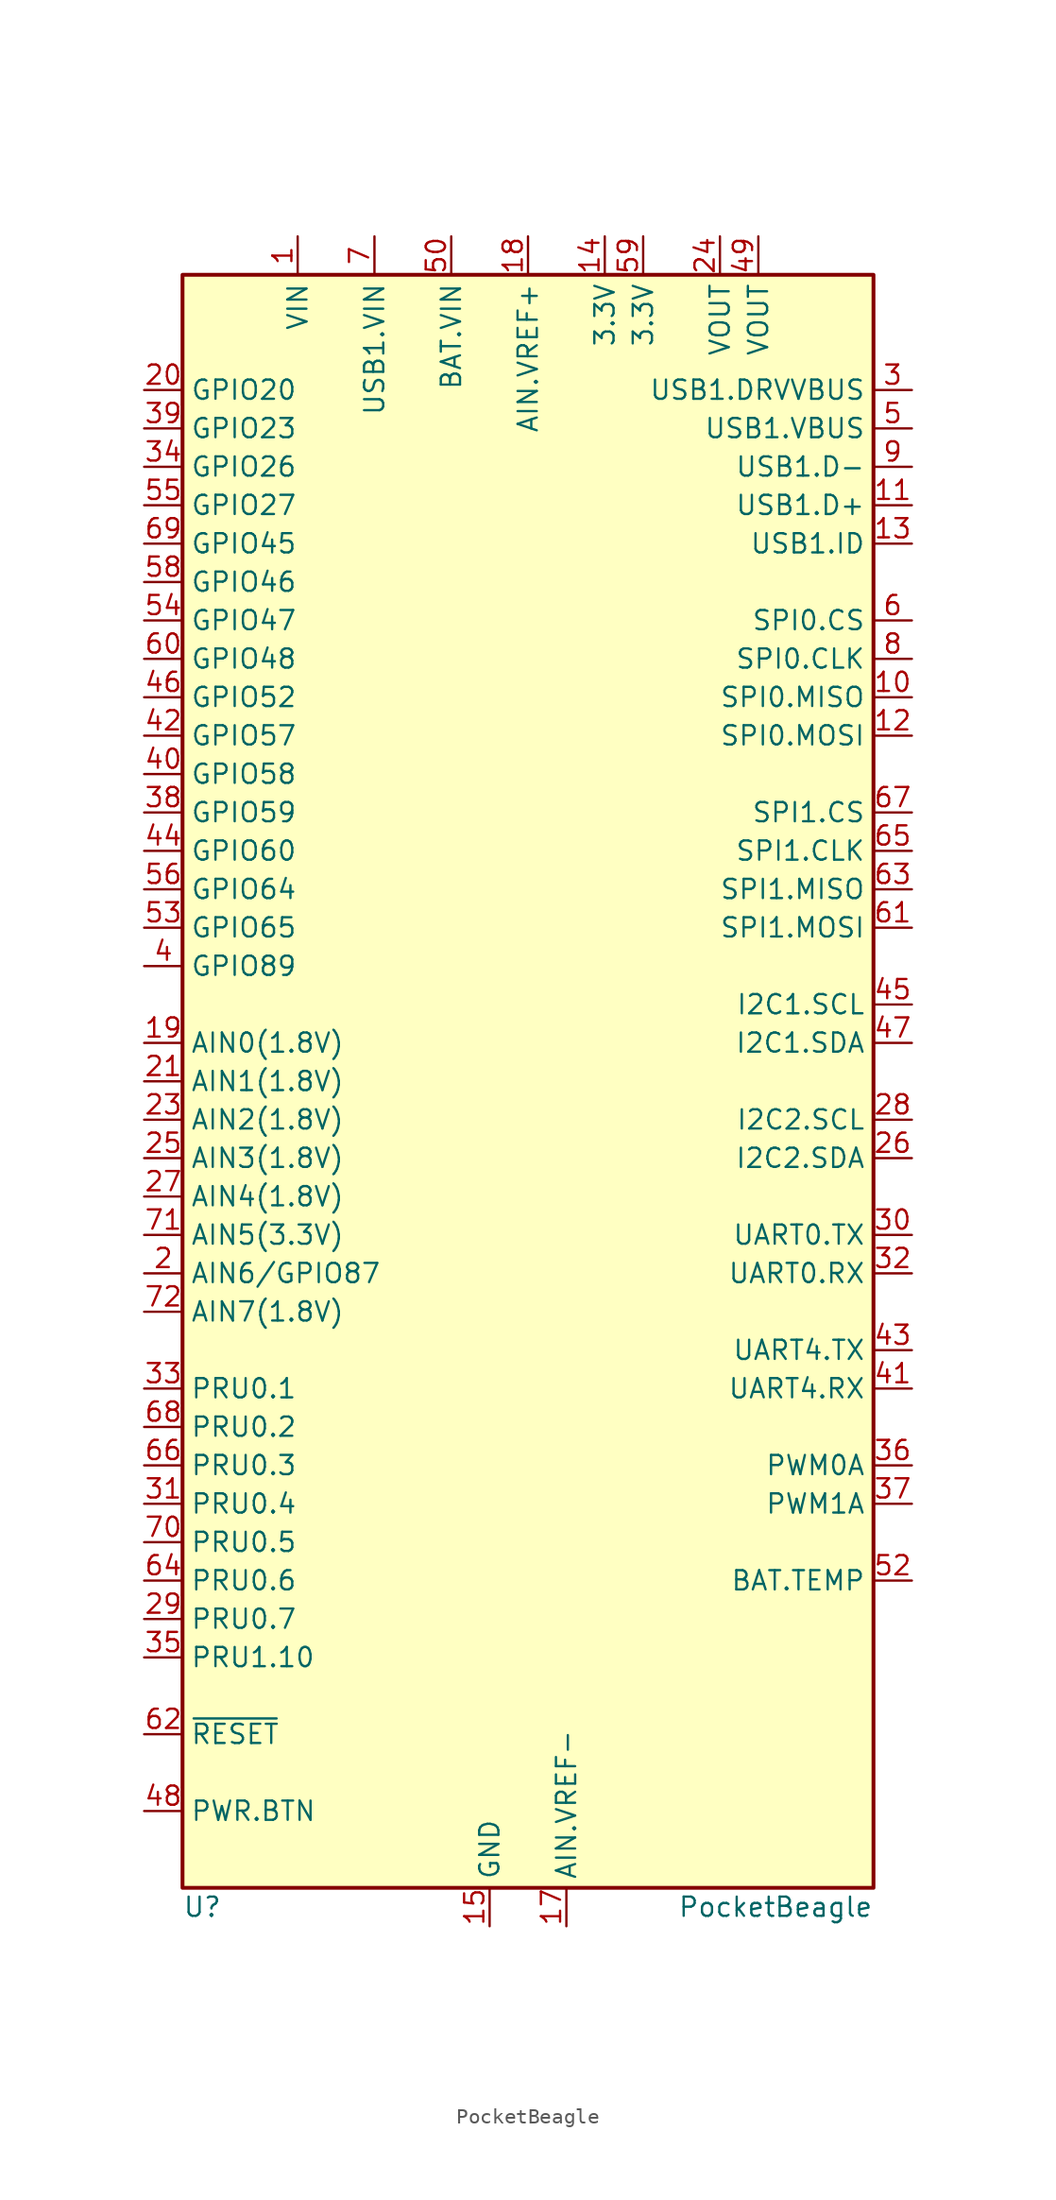
<source format=kicad_sym>
(kicad_symbol_lib
  (version 20220914)
  (generator kicad_symbol_editor)
  (symbol "PocketBeagle"
    (property "Reference" "U"
      (at -22.86 -54.61 0)
      (effects (font (size 1.27 1.27)) (justify left)))
    (property "Value" "PocketBeagle"
      (at 22.86 -54.61 0)
      (effects (font (size 1.27 1.27)) (justify right)))
    (symbol "PocketBeagle_0_1"
      (rectangle (start -22.86 53.34) (end 22.86 -53.34) (stroke (width 0.254) (type default)) (fill (type background))))
    (symbol "PocketBeagle_1_1"
      (pin power_in line (at -15.24 55.88 270) (length 2.54) (name "VIN" (effects (font (size 1.27 1.27)))) (number "1" (effects (font (size 1.27 1.27)))))
      (pin bidirectional line (at 25.4 25.4 180) (length 2.54) (name "SPI0.MISO" (effects (font (size 1.27 1.27)))) (number "10" (effects (font (size 1.27 1.27)))))
      (pin bidirectional line (at 25.4 38.1 180) (length 2.54) (name "USB1.D+" (effects (font (size 1.27 1.27)))) (number "11" (effects (font (size 1.27 1.27)))))
      (pin bidirectional line (at 25.4 22.86 180) (length 2.54) (name "SPI0.MOSI" (effects (font (size 1.27 1.27)))) (number "12" (effects (font (size 1.27 1.27)))))
      (pin input line (at 25.4 35.56 180) (length 2.54) (name "USB1.ID" (effects (font (size 1.27 1.27)))) (number "13" (effects (font (size 1.27 1.27)))))
      (pin power_out line (at 5.08 55.88 270) (length 2.54) (name "3.3V" (effects (font (size 1.27 1.27)))) (number "14" (effects (font (size 1.27 1.27)))))
      (pin power_in line (at -2.54 -55.88 90) (length 2.54) (name "GND" (effects (font (size 1.27 1.27)))) (number "15" (effects (font (size 1.27 1.27)))))
      (pin passive line (at -2.54 -55.88 90) (length 2.54) hide (name "GND" (effects (font (size 1.27 1.27)))) (number "16" (effects (font (size 1.27 1.27)))))
      (pin power_in line (at 2.54 -55.88 90) (length 2.54) (name "AIN.VREF-" (effects (font (size 1.27 1.27)))) (number "17" (effects (font (size 1.27 1.27)))))
      (pin power_in line (at 0 55.88 270) (length 2.54) (name "AIN.VREF+" (effects (font (size 1.27 1.27)))) (number "18" (effects (font (size 1.27 1.27)))))
      (pin input line (at -25.4 2.54 0) (length 2.54) (name "AIN0(1.8V)" (effects (font (size 1.27 1.27)))) (number "19" (effects (font (size 1.27 1.27)))))
      (pin bidirectional line (at -25.4 -12.7 0) (length 2.54) (name "AIN6/GPIO87" (effects (font (size 1.27 1.27)))) (number "2" (effects (font (size 1.27 1.27)))))
      (pin bidirectional line (at -25.4 45.72 0) (length 2.54) (name "GPIO20" (effects (font (size 1.27 1.27)))) (number "20" (effects (font (size 1.27 1.27)))))
      (pin input line (at -25.4 0 0) (length 2.54) (name "AIN1(1.8V)" (effects (font (size 1.27 1.27)))) (number "21" (effects (font (size 1.27 1.27)))))
      (pin passive line (at -2.54 -55.88 90) (length 2.54) hide (name "GND" (effects (font (size 1.27 1.27)))) (number "22" (effects (font (size 1.27 1.27)))))
      (pin input line (at -25.4 -2.54 0) (length 2.54) (name "AIN2(1.8V)" (effects (font (size 1.27 1.27)))) (number "23" (effects (font (size 1.27 1.27)))))
      (pin power_out line (at 12.7 55.88 270) (length 2.54) (name "VOUT" (effects (font (size 1.27 1.27)))) (number "24" (effects (font (size 1.27 1.27)))))
      (pin input line (at -25.4 -5.08 0) (length 2.54) (name "AIN3(1.8V)" (effects (font (size 1.27 1.27)))) (number "25" (effects (font (size 1.27 1.27)))))
      (pin bidirectional line (at 25.4 -5.08 180) (length 2.54) (name "I2C2.SDA" (effects (font (size 1.27 1.27)))) (number "26" (effects (font (size 1.27 1.27)))))
      (pin input line (at -25.4 -7.62 0) (length 2.54) (name "AIN4(1.8V)" (effects (font (size 1.27 1.27)))) (number "27" (effects (font (size 1.27 1.27)))))
      (pin bidirectional line (at 25.4 -2.54 180) (length 2.54) (name "I2C2.SCL" (effects (font (size 1.27 1.27)))) (number "28" (effects (font (size 1.27 1.27)))))
      (pin bidirectional line (at -25.4 -35.56 0) (length 2.54) (name "PRU0.7" (effects (font (size 1.27 1.27)))) (number "29" (effects (font (size 1.27 1.27)))))
      (pin output line (at 25.4 45.72 180) (length 2.54) (name "USB1.DRVVBUS" (effects (font (size 1.27 1.27)))) (number "3" (effects (font (size 1.27 1.27)))))
      (pin bidirectional line (at 25.4 -10.16 180) (length 2.54) (name "UART0.TX" (effects (font (size 1.27 1.27)))) (number "30" (effects (font (size 1.27 1.27)))))
      (pin bidirectional line (at -25.4 -27.94 0) (length 2.54) (name "PRU0.4" (effects (font (size 1.27 1.27)))) (number "31" (effects (font (size 1.27 1.27)))))
      (pin bidirectional line (at 25.4 -12.7 180) (length 2.54) (name "UART0.RX" (effects (font (size 1.27 1.27)))) (number "32" (effects (font (size 1.27 1.27)))))
      (pin bidirectional line (at -25.4 -20.32 0) (length 2.54) (name "PRU0.1" (effects (font (size 1.27 1.27)))) (number "33" (effects (font (size 1.27 1.27)))))
      (pin bidirectional line (at -25.4 40.64 0) (length 2.54) (name "GPIO26" (effects (font (size 1.27 1.27)))) (number "34" (effects (font (size 1.27 1.27)))))
      (pin bidirectional line (at -25.4 -38.1 0) (length 2.54) (name "PRU1.10" (effects (font (size 1.27 1.27)))) (number "35" (effects (font (size 1.27 1.27)))))
      (pin bidirectional line (at 25.4 -25.4 180) (length 2.54) (name "PWM0A" (effects (font (size 1.27 1.27)))) (number "36" (effects (font (size 1.27 1.27)))))
      (pin bidirectional line (at 25.4 -27.94 180) (length 2.54) (name "PWM1A" (effects (font (size 1.27 1.27)))) (number "37" (effects (font (size 1.27 1.27)))))
      (pin bidirectional line (at -25.4 17.78 0) (length 2.54) (name "GPIO59" (effects (font (size 1.27 1.27)))) (number "38" (effects (font (size 1.27 1.27)))))
      (pin bidirectional line (at -25.4 43.18 0) (length 2.54) (name "GPIO23" (effects (font (size 1.27 1.27)))) (number "39" (effects (font (size 1.27 1.27)))))
      (pin bidirectional line (at -25.4 7.62 0) (length 2.54) (name "GPIO89" (effects (font (size 1.27 1.27)))) (number "4" (effects (font (size 1.27 1.27)))))
      (pin bidirectional line (at -25.4 20.32 0) (length 2.54) (name "GPIO58" (effects (font (size 1.27 1.27)))) (number "40" (effects (font (size 1.27 1.27)))))
      (pin bidirectional line (at 25.4 -20.32 180) (length 2.54) (name "UART4.RX" (effects (font (size 1.27 1.27)))) (number "41" (effects (font (size 1.27 1.27)))))
      (pin bidirectional line (at -25.4 22.86 0) (length 2.54) (name "GPIO57" (effects (font (size 1.27 1.27)))) (number "42" (effects (font (size 1.27 1.27)))))
      (pin bidirectional line (at 25.4 -17.78 180) (length 2.54) (name "UART4.TX" (effects (font (size 1.27 1.27)))) (number "43" (effects (font (size 1.27 1.27)))))
      (pin bidirectional line (at -25.4 15.24 0) (length 2.54) (name "GPIO60" (effects (font (size 1.27 1.27)))) (number "44" (effects (font (size 1.27 1.27)))))
      (pin bidirectional line (at 25.4 5.08 180) (length 2.54) (name "I2C1.SCL" (effects (font (size 1.27 1.27)))) (number "45" (effects (font (size 1.27 1.27)))))
      (pin bidirectional line (at -25.4 25.4 0) (length 2.54) (name "GPIO52" (effects (font (size 1.27 1.27)))) (number "46" (effects (font (size 1.27 1.27)))))
      (pin bidirectional line (at 25.4 2.54 180) (length 2.54) (name "I2C1.SDA" (effects (font (size 1.27 1.27)))) (number "47" (effects (font (size 1.27 1.27)))))
      (pin input line (at -25.4 -48.26 0) (length 2.54) (name "PWR.BTN" (effects (font (size 1.27 1.27)))) (number "48" (effects (font (size 1.27 1.27)))))
      (pin power_out line (at 15.24 55.88 270) (length 2.54) (name "VOUT" (effects (font (size 1.27 1.27)))) (number "49" (effects (font (size 1.27 1.27)))))
      (pin input line (at 25.4 43.18 180) (length 2.54) (name "USB1.VBUS" (effects (font (size 1.27 1.27)))) (number "5" (effects (font (size 1.27 1.27)))))
      (pin power_in line (at -5.08 55.88 270) (length 2.54) (name "BAT.VIN" (effects (font (size 1.27 1.27)))) (number "50" (effects (font (size 1.27 1.27)))))
      (pin passive line (at -2.54 -55.88 90) (length 2.54) hide (name "GND" (effects (font (size 1.27 1.27)))) (number "51" (effects (font (size 1.27 1.27)))))
      (pin passive line (at 25.4 -33.02 180) (length 2.54) (name "BAT.TEMP" (effects (font (size 1.27 1.27)))) (number "52" (effects (font (size 1.27 1.27)))))
      (pin bidirectional line (at -25.4 10.16 0) (length 2.54) (name "GPIO65" (effects (font (size 1.27 1.27)))) (number "53" (effects (font (size 1.27 1.27)))))
      (pin bidirectional line (at -25.4 30.48 0) (length 2.54) (name "GPIO47" (effects (font (size 1.27 1.27)))) (number "54" (effects (font (size 1.27 1.27)))))
      (pin bidirectional line (at -25.4 38.1 0) (length 2.54) (name "GPIO27" (effects (font (size 1.27 1.27)))) (number "55" (effects (font (size 1.27 1.27)))))
      (pin bidirectional line (at -25.4 12.7 0) (length 2.54) (name "GPIO64" (effects (font (size 1.27 1.27)))) (number "56" (effects (font (size 1.27 1.27)))))
      (pin passive line (at -2.54 -55.88 90) (length 2.54) hide (name "GND" (effects (font (size 1.27 1.27)))) (number "57" (effects (font (size 1.27 1.27)))))
      (pin bidirectional line (at -25.4 33.02 0) (length 2.54) (name "GPIO46" (effects (font (size 1.27 1.27)))) (number "58" (effects (font (size 1.27 1.27)))))
      (pin power_out line (at 7.62 55.88 270) (length 2.54) (name "3.3V" (effects (font (size 1.27 1.27)))) (number "59" (effects (font (size 1.27 1.27)))))
      (pin bidirectional line (at 25.4 30.48 180) (length 2.54) (name "SPI0.CS" (effects (font (size 1.27 1.27)))) (number "6" (effects (font (size 1.27 1.27)))))
      (pin bidirectional line (at -25.4 27.94 0) (length 2.54) (name "GPIO48" (effects (font (size 1.27 1.27)))) (number "60" (effects (font (size 1.27 1.27)))))
      (pin bidirectional line (at 25.4 10.16 180) (length 2.54) (name "SPI1.MOSI" (effects (font (size 1.27 1.27)))) (number "61" (effects (font (size 1.27 1.27)))))
      (pin input line (at -25.4 -43.18 0) (length 2.54) (name "~{RESET}" (effects (font (size 1.27 1.27)))) (number "62" (effects (font (size 1.27 1.27)))))
      (pin bidirectional line (at 25.4 12.7 180) (length 2.54) (name "SPI1.MISO" (effects (font (size 1.27 1.27)))) (number "63" (effects (font (size 1.27 1.27)))))
      (pin bidirectional line (at -25.4 -33.02 0) (length 2.54) (name "PRU0.6" (effects (font (size 1.27 1.27)))) (number "64" (effects (font (size 1.27 1.27)))))
      (pin bidirectional line (at 25.4 15.24 180) (length 2.54) (name "SPI1.CLK" (effects (font (size 1.27 1.27)))) (number "65" (effects (font (size 1.27 1.27)))))
      (pin bidirectional line (at -25.4 -25.4 0) (length 2.54) (name "PRU0.3" (effects (font (size 1.27 1.27)))) (number "66" (effects (font (size 1.27 1.27)))))
      (pin bidirectional line (at 25.4 17.78 180) (length 2.54) (name "SPI1.CS" (effects (font (size 1.27 1.27)))) (number "67" (effects (font (size 1.27 1.27)))))
      (pin bidirectional line (at -25.4 -22.86 0) (length 2.54) (name "PRU0.2" (effects (font (size 1.27 1.27)))) (number "68" (effects (font (size 1.27 1.27)))))
      (pin bidirectional line (at -25.4 35.56 0) (length 2.54) (name "GPIO45" (effects (font (size 1.27 1.27)))) (number "69" (effects (font (size 1.27 1.27)))))
      (pin power_in line (at -10.16 55.88 270) (length 2.54) (name "USB1.VIN" (effects (font (size 1.27 1.27)))) (number "7" (effects (font (size 1.27 1.27)))))
      (pin bidirectional line (at -25.4 -30.48 0) (length 2.54) (name "PRU0.5" (effects (font (size 1.27 1.27)))) (number "70" (effects (font (size 1.27 1.27)))))
      (pin input line (at -25.4 -10.16 0) (length 2.54) (name "AIN5(3.3V)" (effects (font (size 1.27 1.27)))) (number "71" (effects (font (size 1.27 1.27)))))
      (pin input line (at -25.4 -15.24 0) (length 2.54) (name "AIN7(1.8V)" (effects (font (size 1.27 1.27)))) (number "72" (effects (font (size 1.27 1.27)))))
      (pin bidirectional line (at 25.4 27.94 180) (length 2.54) (name "SPI0.CLK" (effects (font (size 1.27 1.27)))) (number "8" (effects (font (size 1.27 1.27)))))
      (pin bidirectional line (at 25.4 40.64 180) (length 2.54) (name "USB1.D-" (effects (font (size 1.27 1.27)))) (number "9" (effects (font (size 1.27 1.27))))))))
</source>
